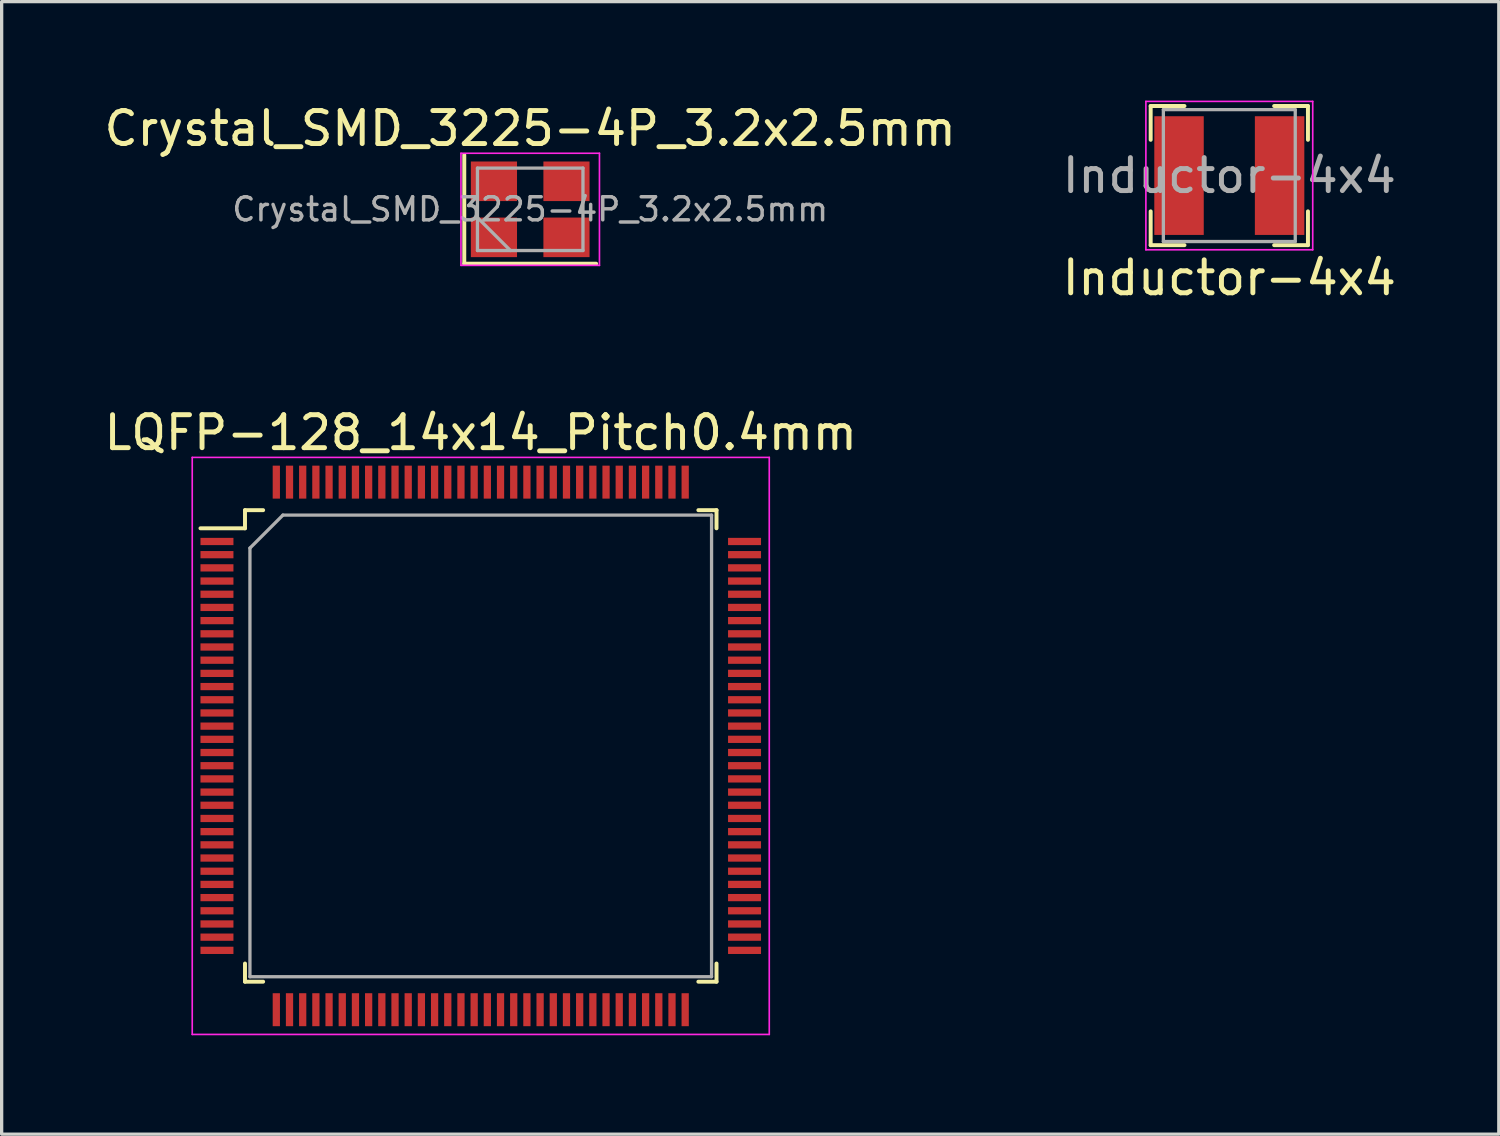
<source format=kicad_pcb>
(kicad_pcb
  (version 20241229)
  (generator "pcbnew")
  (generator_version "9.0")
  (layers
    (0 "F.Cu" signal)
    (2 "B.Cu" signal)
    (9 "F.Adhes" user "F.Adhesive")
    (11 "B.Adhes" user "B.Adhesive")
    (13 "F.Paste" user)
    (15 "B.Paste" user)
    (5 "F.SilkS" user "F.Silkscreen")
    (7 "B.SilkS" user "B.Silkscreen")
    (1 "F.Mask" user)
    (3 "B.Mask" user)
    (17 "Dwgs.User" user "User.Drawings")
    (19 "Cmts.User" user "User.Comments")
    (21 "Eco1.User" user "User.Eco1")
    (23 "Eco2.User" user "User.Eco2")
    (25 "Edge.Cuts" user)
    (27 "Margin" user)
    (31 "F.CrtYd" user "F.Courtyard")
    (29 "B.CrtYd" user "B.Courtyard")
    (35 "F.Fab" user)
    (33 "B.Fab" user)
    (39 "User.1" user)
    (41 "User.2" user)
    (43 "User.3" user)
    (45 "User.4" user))
  (footprint "LQFP-128_14x14_Pitch0.4mm"
    (layer "F.Cu")
    (at 11.53 19.572)
    (property "Reference" "LQFP-128_14x14_Pitch0.4mm" (at 0 -9.5 0) (layer "F.SilkS") (effects (font (size 1 1) (thickness 0.15))))
    (attr smd)
    (fp_line (start -7.15 -7.15) (end -7.15 -6.6) (stroke (width 0.12) (type solid)) (layer "F.SilkS"))
    (fp_line (start -7.15 -6.6) (end -8.5 -6.6) (stroke (width 0.12) (type solid)) (layer "F.SilkS"))
    (fp_line (start -7.15 7.15) (end -7.15 6.6) (stroke (width 0.12) (type solid)) (layer "F.SilkS"))
    (fp_line (start -6.6 -7.15) (end -7.15 -7.15) (stroke (width 0.12) (type solid)) (layer "F.SilkS"))
    (fp_line (start -6.6 7.15) (end -7.15 7.15) (stroke (width 0.12) (type solid)) (layer "F.SilkS"))
    (fp_line (start 6.6 -7.15) (end 7.15 -7.15) (stroke (width 0.12) (type solid)) (layer "F.SilkS"))
    (fp_line (start 6.6 7.15) (end 7.15 7.15) (stroke (width 0.12) (type solid)) (layer "F.SilkS"))
    (fp_line (start 7.15 -7.15) (end 7.15 -6.6) (stroke (width 0.12) (type solid)) (layer "F.SilkS"))
    (fp_line (start 7.15 7.15) (end 7.15 6.6) (stroke (width 0.12) (type solid)) (layer "F.SilkS"))
    (fp_line (start -8.75 -8.75) (end 8.75 -8.75) (stroke (width 0.05) (type solid)) (layer "F.CrtYd"))
    (fp_line (start -8.75 8.75) (end -8.75 -8.75) (stroke (width 0.05) (type solid)) (layer "F.CrtYd"))
    (fp_line (start 8.75 -8.75) (end 8.75 8.75) (stroke (width 0.05) (type solid)) (layer "F.CrtYd"))
    (fp_line (start 8.75 8.75) (end -8.75 8.75) (stroke (width 0.05) (type solid)) (layer "F.CrtYd"))
    (fp_line (start -7 -6) (end -7 7) (stroke (width 0.1) (type solid)) (layer "F.Fab"))
    (fp_line (start -7 7) (end 7 7) (stroke (width 0.1) (type solid)) (layer "F.Fab"))
    (fp_line (start -6 -7) (end -7 -6) (stroke (width 0.1) (type solid)) (layer "F.Fab"))
    (fp_line (start 7 -7) (end -6 -7) (stroke (width 0.1) (type solid)) (layer "F.Fab"))
    (fp_line (start 7 7) (end 7 -7) (stroke (width 0.1) (type solid)) (layer "F.Fab"))
    (pad "1" smd rect (at -8 -6.2 90) (size 0.22 1) (layers "F.Cu" "F.Mask" "F.Paste"))
    (pad "2" smd rect (at -8 -5.8 90) (size 0.22 1) (layers "F.Cu" "F.Mask" "F.Paste"))
    (pad "3" smd rect (at -8 -5.4 90) (size 0.22 1) (layers "F.Cu" "F.Mask" "F.Paste"))
    (pad "4" smd rect (at -8 -5 90) (size 0.22 1) (layers "F.Cu" "F.Mask" "F.Paste"))
    (pad "5" smd rect (at -8 -4.6 90) (size 0.22 1) (layers "F.Cu" "F.Mask" "F.Paste"))
    (pad "6" smd rect (at -8 -4.2 90) (size 0.22 1) (layers "F.Cu" "F.Mask" "F.Paste"))
    (pad "7" smd rect (at -8 -3.8 90) (size 0.22 1) (layers "F.Cu" "F.Mask" "F.Paste"))
    (pad "8" smd rect (at -8 -3.4 90) (size 0.22 1) (layers "F.Cu" "F.Mask" "F.Paste"))
    (pad "9" smd rect (at -8 -3 90) (size 0.22 1) (layers "F.Cu" "F.Mask" "F.Paste"))
    (pad "10" smd rect (at -8 -2.6 90) (size 0.22 1) (layers "F.Cu" "F.Mask" "F.Paste"))
    (pad "11" smd rect (at -8 -2.2 90) (size 0.22 1) (layers "F.Cu" "F.Mask" "F.Paste"))
    (pad "12" smd rect (at -8 -1.8 90) (size 0.22 1) (layers "F.Cu" "F.Mask" "F.Paste"))
    (pad "13" smd rect (at -8 -1.4 90) (size 0.22 1) (layers "F.Cu" "F.Mask" "F.Paste"))
    (pad "14" smd rect (at -8 -1 90) (size 0.22 1) (layers "F.Cu" "F.Mask" "F.Paste"))
    (pad "15" smd rect (at -8 -0.6 90) (size 0.22 1) (layers "F.Cu" "F.Mask" "F.Paste"))
    (pad "16" smd rect (at -8 -0.2 90) (size 0.22 1) (layers "F.Cu" "F.Mask" "F.Paste"))
    (pad "17" smd rect (at -8 0.2 90) (size 0.22 1) (layers "F.Cu" "F.Mask" "F.Paste"))
    (pad "18" smd rect (at -8 0.6 90) (size 0.22 1) (layers "F.Cu" "F.Mask" "F.Paste"))
    (pad "19" smd rect (at -8 1 90) (size 0.22 1) (layers "F.Cu" "F.Mask" "F.Paste"))
    (pad "20" smd rect (at -8 1.4 90) (size 0.22 1) (layers "F.Cu" "F.Mask" "F.Paste"))
    (pad "21" smd rect (at -8 1.8 90) (size 0.22 1) (layers "F.Cu" "F.Mask" "F.Paste"))
    (pad "22" smd rect (at -8 2.2 90) (size 0.22 1) (layers "F.Cu" "F.Mask" "F.Paste"))
    (pad "23" smd rect (at -8 2.6 90) (size 0.22 1) (layers "F.Cu" "F.Mask" "F.Paste"))
    (pad "24" smd rect (at -8 3 90) (size 0.22 1) (layers "F.Cu" "F.Mask" "F.Paste"))
    (pad "25" smd rect (at -8 3.4 90) (size 0.22 1) (layers "F.Cu" "F.Mask" "F.Paste"))
    (pad "26" smd rect (at -8 3.8 90) (size 0.22 1) (layers "F.Cu" "F.Mask" "F.Paste"))
    (pad "27" smd rect (at -8 4.2 90) (size 0.22 1) (layers "F.Cu" "F.Mask" "F.Paste"))
    (pad "28" smd rect (at -8 4.6 90) (size 0.22 1) (layers "F.Cu" "F.Mask" "F.Paste"))
    (pad "29" smd rect (at -8 5 90) (size 0.22 1) (layers "F.Cu" "F.Mask" "F.Paste"))
    (pad "30" smd rect (at -8 5.4 90) (size 0.22 1) (layers "F.Cu" "F.Mask" "F.Paste"))
    (pad "31" smd rect (at -8 5.8 90) (size 0.22 1) (layers "F.Cu" "F.Mask" "F.Paste"))
    (pad "32" smd rect (at -8 6.2 90) (size 0.22 1) (layers "F.Cu" "F.Mask" "F.Paste"))
    (pad "33" smd rect (at -6.2 8) (size 0.22 1) (layers "F.Cu" "F.Mask" "F.Paste"))
    (pad "34" smd rect (at -5.8 8) (size 0.22 1) (layers "F.Cu" "F.Mask" "F.Paste"))
    (pad "35" smd rect (at -5.4 8) (size 0.22 1) (layers "F.Cu" "F.Mask" "F.Paste"))
    (pad "36" smd rect (at -5 8) (size 0.22 1) (layers "F.Cu" "F.Mask" "F.Paste"))
    (pad "37" smd rect (at -4.6 8) (size 0.22 1) (layers "F.Cu" "F.Mask" "F.Paste"))
    (pad "38" smd rect (at -4.2 8) (size 0.22 1) (layers "F.Cu" "F.Mask" "F.Paste"))
    (pad "39" smd rect (at -3.8 8) (size 0.22 1) (layers "F.Cu" "F.Mask" "F.Paste"))
    (pad "40" smd rect (at -3.4 8) (size 0.22 1) (layers "F.Cu" "F.Mask" "F.Paste"))
    (pad "41" smd rect (at -3 8) (size 0.22 1) (layers "F.Cu" "F.Mask" "F.Paste"))
    (pad "42" smd rect (at -2.6 8) (size 0.22 1) (layers "F.Cu" "F.Mask" "F.Paste"))
    (pad "43" smd rect (at -2.2 8) (size 0.22 1) (layers "F.Cu" "F.Mask" "F.Paste"))
    (pad "44" smd rect (at -1.8 8) (size 0.22 1) (layers "F.Cu" "F.Mask" "F.Paste"))
    (pad "45" smd rect (at -1.4 8) (size 0.22 1) (layers "F.Cu" "F.Mask" "F.Paste"))
    (pad "46" smd rect (at -1 8) (size 0.22 1) (layers "F.Cu" "F.Mask" "F.Paste"))
    (pad "47" smd rect (at -0.6 8) (size 0.22 1) (layers "F.Cu" "F.Mask" "F.Paste"))
    (pad "48" smd rect (at -0.2 8) (size 0.22 1) (layers "F.Cu" "F.Mask" "F.Paste"))
    (pad "49" smd rect (at 0.2 8) (size 0.22 1) (layers "F.Cu" "F.Mask" "F.Paste"))
    (pad "50" smd rect (at 0.6 8) (size 0.22 1) (layers "F.Cu" "F.Mask" "F.Paste"))
    (pad "51" smd rect (at 1 8) (size 0.22 1) (layers "F.Cu" "F.Mask" "F.Paste"))
    (pad "52" smd rect (at 1.4 8) (size 0.22 1) (layers "F.Cu" "F.Mask" "F.Paste"))
    (pad "53" smd rect (at 1.8 8) (size 0.22 1) (layers "F.Cu" "F.Mask" "F.Paste"))
    (pad "54" smd rect (at 2.2 8) (size 0.22 1) (layers "F.Cu" "F.Mask" "F.Paste"))
    (pad "55" smd rect (at 2.6 8) (size 0.22 1) (layers "F.Cu" "F.Mask" "F.Paste"))
    (pad "56" smd rect (at 3 8) (size 0.22 1) (layers "F.Cu" "F.Mask" "F.Paste"))
    (pad "57" smd rect (at 3.4 8) (size 0.22 1) (layers "F.Cu" "F.Mask" "F.Paste"))
    (pad "58" smd rect (at 3.8 8) (size 0.22 1) (layers "F.Cu" "F.Mask" "F.Paste"))
    (pad "59" smd rect (at 4.2 8) (size 0.22 1) (layers "F.Cu" "F.Mask" "F.Paste"))
    (pad "60" smd rect (at 4.6 8) (size 0.22 1) (layers "F.Cu" "F.Mask" "F.Paste"))
    (pad "61" smd rect (at 5 8) (size 0.22 1) (layers "F.Cu" "F.Mask" "F.Paste"))
    (pad "62" smd rect (at 5.4 8) (size 0.22 1) (layers "F.Cu" "F.Mask" "F.Paste"))
    (pad "63" smd rect (at 5.8 8) (size 0.22 1) (layers "F.Cu" "F.Mask" "F.Paste"))
    (pad "64" smd rect (at 6.2 8) (size 0.22 1) (layers "F.Cu" "F.Mask" "F.Paste"))
    (pad "65" smd rect (at 8 6.2 90) (size 0.22 1) (layers "F.Cu" "F.Mask" "F.Paste"))
    (pad "66" smd rect (at 8 5.8 90) (size 0.22 1) (layers "F.Cu" "F.Mask" "F.Paste"))
    (pad "67" smd rect (at 8 5.4 90) (size 0.22 1) (layers "F.Cu" "F.Mask" "F.Paste"))
    (pad "68" smd rect (at 8 5 90) (size 0.22 1) (layers "F.Cu" "F.Mask" "F.Paste"))
    (pad "69" smd rect (at 8 4.6 90) (size 0.22 1) (layers "F.Cu" "F.Mask" "F.Paste"))
    (pad "70" smd rect (at 8 4.2 90) (size 0.22 1) (layers "F.Cu" "F.Mask" "F.Paste"))
    (pad "71" smd rect (at 8 3.8 90) (size 0.22 1) (layers "F.Cu" "F.Mask" "F.Paste"))
    (pad "72" smd rect (at 8 3.4 90) (size 0.22 1) (layers "F.Cu" "F.Mask" "F.Paste"))
    (pad "73" smd rect (at 8 3 90) (size 0.22 1) (layers "F.Cu" "F.Mask" "F.Paste"))
    (pad "74" smd rect (at 8 2.6 90) (size 0.22 1) (layers "F.Cu" "F.Mask" "F.Paste"))
    (pad "75" smd rect (at 8 2.2 90) (size 0.22 1) (layers "F.Cu" "F.Mask" "F.Paste"))
    (pad "76" smd rect (at 8 1.8 90) (size 0.22 1) (layers "F.Cu" "F.Mask" "F.Paste"))
    (pad "77" smd rect (at 8 1.4 90) (size 0.22 1) (layers "F.Cu" "F.Mask" "F.Paste"))
    (pad "78" smd rect (at 8 1 90) (size 0.22 1) (layers "F.Cu" "F.Mask" "F.Paste"))
    (pad "79" smd rect (at 8 0.6 90) (size 0.22 1) (layers "F.Cu" "F.Mask" "F.Paste"))
    (pad "80" smd rect (at 8 0.2 90) (size 0.22 1) (layers "F.Cu" "F.Mask" "F.Paste"))
    (pad "81" smd rect (at 8 -0.2 90) (size 0.22 1) (layers "F.Cu" "F.Mask" "F.Paste"))
    (pad "82" smd rect (at 8 -0.6 90) (size 0.22 1) (layers "F.Cu" "F.Mask" "F.Paste"))
    (pad "83" smd rect (at 8 -1 90) (size 0.22 1) (layers "F.Cu" "F.Mask" "F.Paste"))
    (pad "84" smd rect (at 8 -1.4 90) (size 0.22 1) (layers "F.Cu" "F.Mask" "F.Paste"))
    (pad "85" smd rect (at 8 -1.8 90) (size 0.22 1) (layers "F.Cu" "F.Mask" "F.Paste"))
    (pad "86" smd rect (at 8 -2.2 90) (size 0.22 1) (layers "F.Cu" "F.Mask" "F.Paste"))
    (pad "87" smd rect (at 8 -2.6 90) (size 0.22 1) (layers "F.Cu" "F.Mask" "F.Paste"))
    (pad "88" smd rect (at 8 -3 90) (size 0.22 1) (layers "F.Cu" "F.Mask" "F.Paste"))
    (pad "89" smd rect (at 8 -3.4 90) (size 0.22 1) (layers "F.Cu" "F.Mask" "F.Paste"))
    (pad "90" smd rect (at 8 -3.8 90) (size 0.22 1) (layers "F.Cu" "F.Mask" "F.Paste"))
    (pad "91" smd rect (at 8 -4.2 90) (size 0.22 1) (layers "F.Cu" "F.Mask" "F.Paste"))
    (pad "92" smd rect (at 8 -4.6 90) (size 0.22 1) (layers "F.Cu" "F.Mask" "F.Paste"))
    (pad "93" smd rect (at 8 -5 90) (size 0.22 1) (layers "F.Cu" "F.Mask" "F.Paste"))
    (pad "94" smd rect (at 8 -5.4 90) (size 0.22 1) (layers "F.Cu" "F.Mask" "F.Paste"))
    (pad "95" smd rect (at 8 -5.8 90) (size 0.22 1) (layers "F.Cu" "F.Mask" "F.Paste"))
    (pad "96" smd rect (at 8 -6.2 90) (size 0.22 1) (layers "F.Cu" "F.Mask" "F.Paste"))
    (pad "97" smd rect (at 6.2 -8) (size 0.22 1) (layers "F.Cu" "F.Mask" "F.Paste"))
    (pad "98" smd rect (at 5.8 -8) (size 0.22 1) (layers "F.Cu" "F.Mask" "F.Paste"))
    (pad "99" smd rect (at 5.4 -8) (size 0.22 1) (layers "F.Cu" "F.Mask" "F.Paste"))
    (pad "100" smd rect (at 5 -8) (size 0.22 1) (layers "F.Cu" "F.Mask" "F.Paste"))
    (pad "101" smd rect (at 4.6 -8) (size 0.22 1) (layers "F.Cu" "F.Mask" "F.Paste"))
    (pad "102" smd rect (at 4.2 -8) (size 0.22 1) (layers "F.Cu" "F.Mask" "F.Paste"))
    (pad "103" smd rect (at 3.8 -8) (size 0.22 1) (layers "F.Cu" "F.Mask" "F.Paste"))
    (pad "104" smd rect (at 3.4 -8) (size 0.22 1) (layers "F.Cu" "F.Mask" "F.Paste"))
    (pad "105" smd rect (at 3 -8) (size 0.22 1) (layers "F.Cu" "F.Mask" "F.Paste"))
    (pad "106" smd rect (at 2.6 -8) (size 0.22 1) (layers "F.Cu" "F.Mask" "F.Paste"))
    (pad "107" smd rect (at 2.2 -8) (size 0.22 1) (layers "F.Cu" "F.Mask" "F.Paste"))
    (pad "108" smd rect (at 1.8 -8) (size 0.22 1) (layers "F.Cu" "F.Mask" "F.Paste"))
    (pad "109" smd rect (at 1.4 -8) (size 0.22 1) (layers "F.Cu" "F.Mask" "F.Paste"))
    (pad "110" smd rect (at 1 -8) (size 0.22 1) (layers "F.Cu" "F.Mask" "F.Paste"))
    (pad "111" smd rect (at 0.6 -8) (size 0.22 1) (layers "F.Cu" "F.Mask" "F.Paste"))
    (pad "112" smd rect (at 0.2 -8) (size 0.22 1) (layers "F.Cu" "F.Mask" "F.Paste"))
    (pad "113" smd rect (at -0.2 -8) (size 0.22 1) (layers "F.Cu" "F.Mask" "F.Paste"))
    (pad "114" smd rect (at -0.6 -8) (size 0.22 1) (layers "F.Cu" "F.Mask" "F.Paste"))
    (pad "115" smd rect (at -1 -8) (size 0.22 1) (layers "F.Cu" "F.Mask" "F.Paste"))
    (pad "116" smd rect (at -1.4 -8) (size 0.22 1) (layers "F.Cu" "F.Mask" "F.Paste"))
    (pad "117" smd rect (at -1.8 -8) (size 0.22 1) (layers "F.Cu" "F.Mask" "F.Paste"))
    (pad "118" smd rect (at -2.2 -8) (size 0.22 1) (layers "F.Cu" "F.Mask" "F.Paste"))
    (pad "119" smd rect (at -2.6 -8) (size 0.22 1) (layers "F.Cu" "F.Mask" "F.Paste"))
    (pad "120" smd rect (at -3 -8) (size 0.22 1) (layers "F.Cu" "F.Mask" "F.Paste"))
    (pad "121" smd rect (at -3.4 -8) (size 0.22 1) (layers "F.Cu" "F.Mask" "F.Paste"))
    (pad "122" smd rect (at -3.8 -8) (size 0.22 1) (layers "F.Cu" "F.Mask" "F.Paste"))
    (pad "123" smd rect (at -4.2 -8) (size 0.22 1) (layers "F.Cu" "F.Mask" "F.Paste"))
    (pad "124" smd rect (at -4.6 -8) (size 0.22 1) (layers "F.Cu" "F.Mask" "F.Paste"))
    (pad "125" smd rect (at -5 -8) (size 0.22 1) (layers "F.Cu" "F.Mask" "F.Paste"))
    (pad "126" smd rect (at -5.4 -8) (size 0.22 1) (layers "F.Cu" "F.Mask" "F.Paste"))
    (pad "127" smd rect (at -5.8 -8) (size 0.22 1) (layers "F.Cu" "F.Mask" "F.Paste"))
    (pad "128" smd rect (at -6.2 -8) (size 0.22 1) (layers "F.Cu" "F.Mask" "F.Paste")))
  (footprint "Crystal_SMD_3225-4P_3.2x2.5mm"
    (layer "F.Cu")
    (at 13.03 3.298)
    (property "Reference" "Crystal_SMD_3225-4P_3.2x2.5mm" (at 0 -2.45 0) (layer "F.SilkS") (effects (font (size 1 1) (thickness 0.15))))
    (attr smd)
    (fp_line (start -2 -1.65) (end -2 1.65) (stroke (width 0.12) (type solid)) (layer "F.SilkS"))
    (fp_line (start -2 1.65) (end 2 1.65) (stroke (width 0.12) (type solid)) (layer "F.SilkS"))
    (fp_line (start -2.1 -1.7) (end -2.1 1.7) (stroke (width 0.05) (type solid)) (layer "F.CrtYd"))
    (fp_line (start -2.1 1.7) (end 2.1 1.7) (stroke (width 0.05) (type solid)) (layer "F.CrtYd"))
    (fp_line (start 2.1 -1.7) (end -2.1 -1.7) (stroke (width 0.05) (type solid)) (layer "F.CrtYd"))
    (fp_line (start 2.1 1.7) (end 2.1 -1.7) (stroke (width 0.05) (type solid)) (layer "F.CrtYd"))
    (fp_line (start -1.6 -1.25) (end -1.6 1.25) (stroke (width 0.1) (type solid)) (layer "F.Fab"))
    (fp_line (start -1.6 0.25) (end -0.6 1.25) (stroke (width 0.1) (type solid)) (layer "F.Fab"))
    (fp_line (start -1.6 1.25) (end 1.6 1.25) (stroke (width 0.1) (type solid)) (layer "F.Fab"))
    (fp_line (start 1.6 -1.25) (end -1.6 -1.25) (stroke (width 0.1) (type solid)) (layer "F.Fab"))
    (fp_line (start 1.6 1.25) (end 1.6 -1.25) (stroke (width 0.1) (type solid)) (layer "F.Fab"))
    (fp_text user "${REFERENCE}" (at 0 0 0) (layer "F.Fab") (effects (font (size 0.7 0.7) (thickness 0.105))))
    (pad "1" smd rect (at -1.1 0.85) (size 1.4 1.2) (layers "F.Cu" "F.Mask" "F.Paste"))
    (pad "2" smd rect (at 1.1 0.85) (size 1.4 1.2) (layers "F.Cu" "F.Mask" "F.Paste"))
    (pad "3" smd rect (at 1.1 -0.85) (size 1.4 1.2) (layers "F.Cu" "F.Mask" "F.Paste"))
    (pad "4" smd rect (at -1.1 -0.85) (size 1.4 1.2) (layers "F.Cu" "F.Mask" "F.Paste")))
  (footprint "Inductor-4x4"
    (layer "F.Cu")
    (at 34.232 2.275)
    (property "Reference" "Inductor-4x4" (at 0 3.1 0) (layer "F.SilkS") (effects (font (size 1 1) (thickness 0.15))))
    (attr smd)
    (fp_line (start -2.385 -2.11) (end -2.385 -1.085) (stroke (width 0.12) (type solid)) (layer "F.SilkS"))
    (fp_line (start -2.385 -2.11) (end -1.36 -2.11) (stroke (width 0.12) (type solid)) (layer "F.SilkS"))
    (fp_line (start -2.385 2.11) (end -2.385 1.085) (stroke (width 0.12) (type solid)) (layer "F.SilkS"))
    (fp_line (start -2.385 2.11) (end -1.36 2.11) (stroke (width 0.12) (type solid)) (layer "F.SilkS"))
    (fp_line (start 2.385 -2.11) (end 1.36 -2.11) (stroke (width 0.12) (type solid)) (layer "F.SilkS"))
    (fp_line (start 2.385 -2.11) (end 2.385 -1.085) (stroke (width 0.12) (type solid)) (layer "F.SilkS"))
    (fp_line (start 2.385 2.11) (end 1.36 2.11) (stroke (width 0.12) (type solid)) (layer "F.SilkS"))
    (fp_line (start 2.385 2.11) (end 2.385 1.085) (stroke (width 0.12) (type solid)) (layer "F.SilkS"))
    (fp_line (start -2.53 -2.25) (end -2.53 2.25) (stroke (width 0.05) (type solid)) (layer "F.CrtYd"))
    (fp_line (start -2.53 -2.25) (end 2.53 -2.25) (stroke (width 0.05) (type solid)) (layer "F.CrtYd"))
    (fp_line (start -2.53 2.25) (end 2.53 2.25) (stroke (width 0.05) (type solid)) (layer "F.CrtYd"))
    (fp_line (start 2.53 -2.25) (end 2.53 2.25) (stroke (width 0.05) (type solid)) (layer "F.CrtYd"))
    (fp_line (start -2 -2) (end -2 2) (stroke (width 0.1) (type solid)) (layer "F.Fab"))
    (fp_line (start -2 -2) (end 2 -2) (stroke (width 0.1) (type solid)) (layer "F.Fab"))
    (fp_line (start 2 -2) (end 2 2) (stroke (width 0.1) (type solid)) (layer "F.Fab"))
    (fp_line (start 2 2) (end -2 2) (stroke (width 0.1) (type solid)) (layer "F.Fab"))
    (fp_text user "${REFERENCE}" (at 0 0 0) (layer "F.Fab") (effects (font (size 1 1) (thickness 0.15))))
    (pad "1" smd rect (at -1.525 0) (size 1.5 3.6) (layers "F.Cu" "F.Mask" "F.Paste"))
    (pad "2" smd rect (at 1.525 0) (size 1.5 3.6) (layers "F.Cu" "F.Mask" "F.Paste")))
  (gr_rect
    (start -3 -3)
    (end 42.405 31.346)
    (stroke (width 0.1) (type default))
    (fill no)
    (layer "Edge.Cuts")))
</source>
